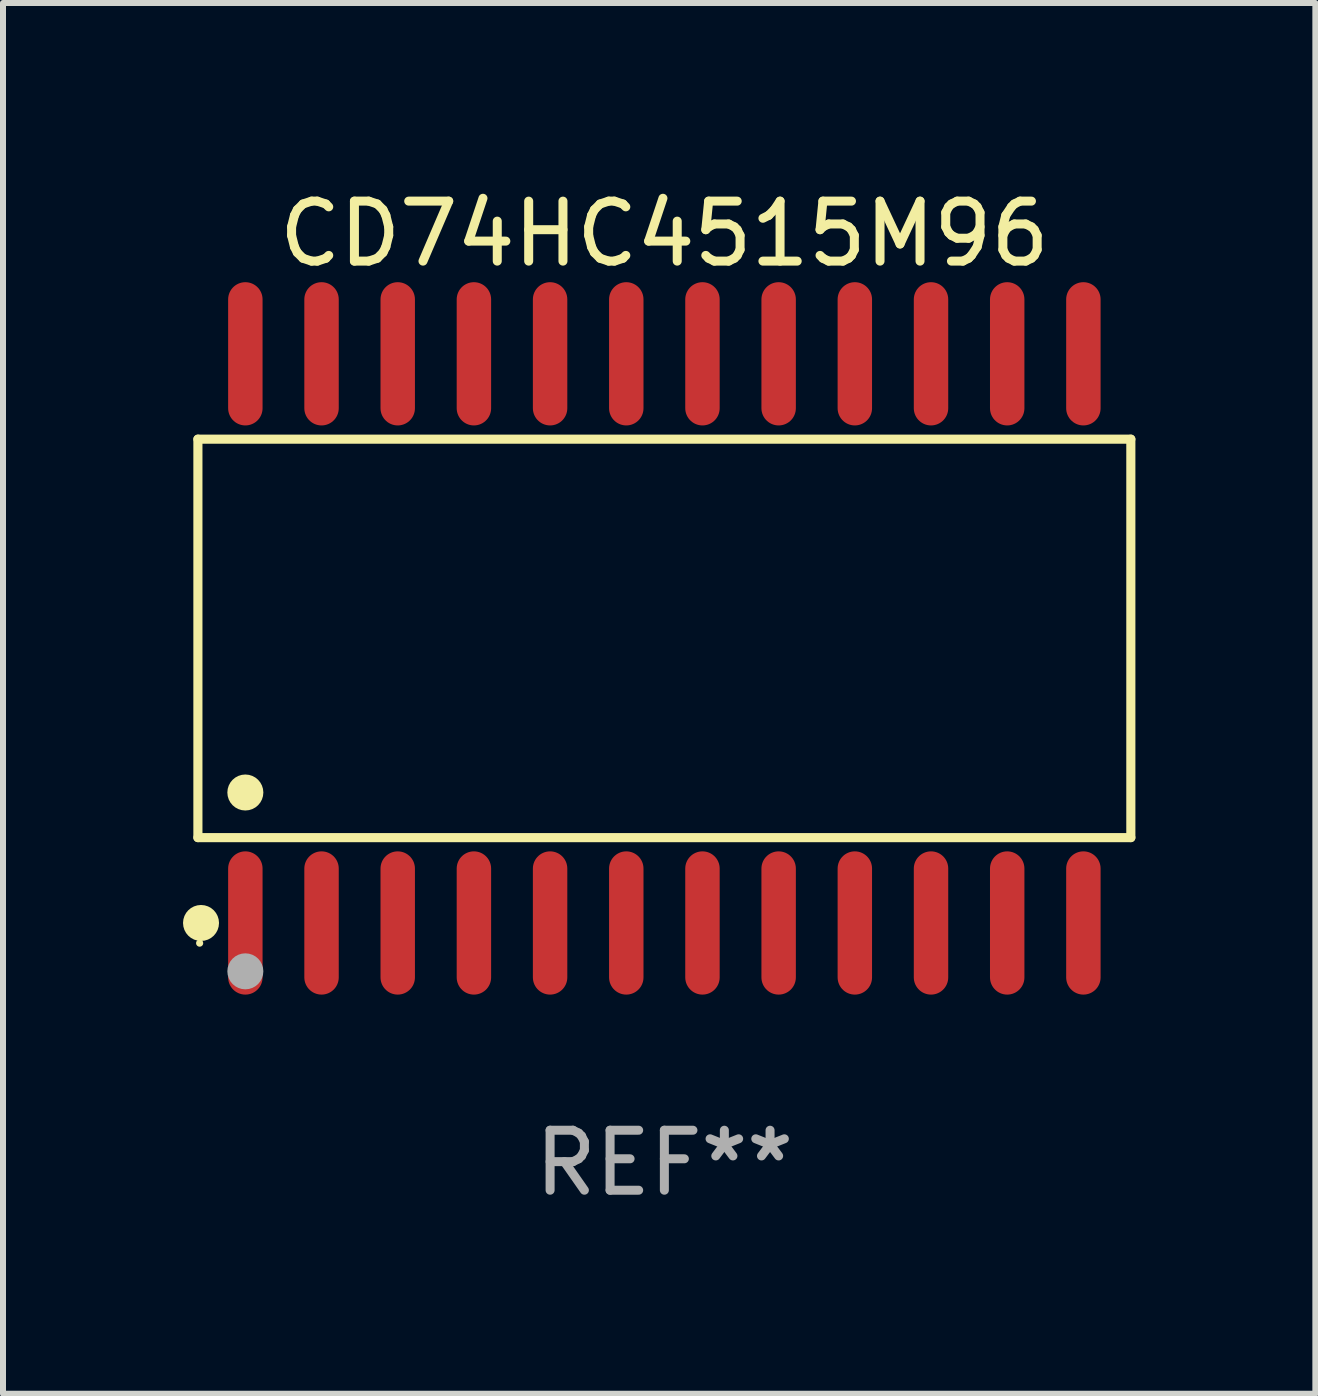
<source format=kicad_pcb>
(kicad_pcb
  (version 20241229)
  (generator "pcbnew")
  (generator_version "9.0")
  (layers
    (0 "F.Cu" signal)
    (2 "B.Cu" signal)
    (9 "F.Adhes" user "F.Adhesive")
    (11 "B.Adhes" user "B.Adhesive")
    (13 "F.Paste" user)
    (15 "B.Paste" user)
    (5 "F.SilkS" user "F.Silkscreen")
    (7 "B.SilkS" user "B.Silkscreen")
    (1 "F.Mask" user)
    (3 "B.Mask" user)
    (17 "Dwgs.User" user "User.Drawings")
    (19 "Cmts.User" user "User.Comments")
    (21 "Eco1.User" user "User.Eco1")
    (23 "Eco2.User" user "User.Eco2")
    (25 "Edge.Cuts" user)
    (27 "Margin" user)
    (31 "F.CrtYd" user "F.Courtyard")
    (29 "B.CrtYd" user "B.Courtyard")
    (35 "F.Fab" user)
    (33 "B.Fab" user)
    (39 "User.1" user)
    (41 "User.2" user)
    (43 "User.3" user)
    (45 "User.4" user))
  (footprint "CD74HC4515M96"
    (layer "F.Cu")
    (at 8.025 7.592)
    (property "Reference" "CD74HC4515M96" (at 0 -6.744 0) (layer "F.SilkS") (effects (font (size 1 1) (thickness 0.15))))
    (attr through_hole)
    (fp_line (start -7.776 -3.321) (end 7.776 -3.321) (stroke (width 0.152) (type solid)) (layer "F.SilkS"))
    (fp_line (start -7.776 3.321) (end -7.776 -3.321) (stroke (width 0.152) (type solid)) (layer "F.SilkS"))
    (fp_line (start 7.776 -3.321) (end 7.776 3.321) (stroke (width 0.152) (type solid)) (layer "F.SilkS"))
    (fp_line (start 7.776 3.321) (end -7.776 3.321) (stroke (width 0.152) (type solid)) (layer "F.SilkS"))
    (fp_circle (center -7.747 5.08) (end -7.717 5.08) (stroke (width 0.06) (type solid)) (fill no) (layer "F.SilkS"))
    (fp_circle (center -7.724 4.744) (end -7.574 4.744) (stroke (width 0.3) (type solid)) (fill no) (layer "F.SilkS"))
    (fp_circle (center -6.985 2.569) (end -6.835 2.569) (stroke (width 0.3) (type solid)) (fill no) (layer "F.SilkS"))
    (fp_circle (center -6.985 5.55) (end -6.835 5.55) (stroke (width 0.3) (type solid)) (fill no) (layer "F.Fab"))
    (fp_text user "REF**" (at 0 8.744 0) (layer "F.Fab") (effects (font (size 1 1) (thickness 0.15))))
    (pad "1" smd oval (at -6.985 4.744) (size 0.574 2.388) (layers "F.Cu" "F.Mask" "F.Paste"))
    (pad "2" smd oval (at -5.715 4.744) (size 0.574 2.388) (layers "F.Cu" "F.Mask" "F.Paste"))
    (pad "3" smd oval (at -4.445 4.744) (size 0.574 2.388) (layers "F.Cu" "F.Mask" "F.Paste"))
    (pad "4" smd oval (at -3.175 4.744) (size 0.574 2.388) (layers "F.Cu" "F.Mask" "F.Paste"))
    (pad "5" smd oval (at -1.905 4.744) (size 0.574 2.388) (layers "F.Cu" "F.Mask" "F.Paste"))
    (pad "6" smd oval (at -0.635 4.744) (size 0.574 2.388) (layers "F.Cu" "F.Mask" "F.Paste"))
    (pad "7" smd oval (at 0.635 4.744) (size 0.574 2.388) (layers "F.Cu" "F.Mask" "F.Paste"))
    (pad "8" smd oval (at 1.905 4.744) (size 0.574 2.388) (layers "F.Cu" "F.Mask" "F.Paste"))
    (pad "9" smd oval (at 3.175 4.744) (size 0.574 2.388) (layers "F.Cu" "F.Mask" "F.Paste"))
    (pad "10" smd oval (at 4.445 4.744) (size 0.574 2.388) (layers "F.Cu" "F.Mask" "F.Paste"))
    (pad "11" smd oval (at 5.715 4.744) (size 0.574 2.388) (layers "F.Cu" "F.Mask" "F.Paste"))
    (pad "12" smd oval (at 6.985 4.744) (size 0.574 2.388) (layers "F.Cu" "F.Mask" "F.Paste"))
    (pad "13" smd oval (at 6.985 -4.744) (size 0.574 2.388) (layers "F.Cu" "F.Mask" "F.Paste"))
    (pad "14" smd oval (at 5.715 -4.744) (size 0.574 2.388) (layers "F.Cu" "F.Mask" "F.Paste"))
    (pad "15" smd oval (at 4.445 -4.744) (size 0.574 2.388) (layers "F.Cu" "F.Mask" "F.Paste"))
    (pad "16" smd oval (at 3.175 -4.744) (size 0.574 2.388) (layers "F.Cu" "F.Mask" "F.Paste"))
    (pad "17" smd oval (at 1.905 -4.744) (size 0.574 2.388) (layers "F.Cu" "F.Mask" "F.Paste"))
    (pad "18" smd oval (at 0.635 -4.744) (size 0.574 2.388) (layers "F.Cu" "F.Mask" "F.Paste"))
    (pad "19" smd oval (at -0.635 -4.744) (size 0.574 2.388) (layers "F.Cu" "F.Mask" "F.Paste"))
    (pad "20" smd oval (at -1.905 -4.744) (size 0.574 2.388) (layers "F.Cu" "F.Mask" "F.Paste"))
    (pad "21" smd oval (at -3.175 -4.744) (size 0.574 2.388) (layers "F.Cu" "F.Mask" "F.Paste"))
    (pad "22" smd oval (at -4.445 -4.744) (size 0.574 2.388) (layers "F.Cu" "F.Mask" "F.Paste"))
    (pad "23" smd oval (at -5.715 -4.744) (size 0.574 2.388) (layers "F.Cu" "F.Mask" "F.Paste"))
    (pad "24" smd oval (at -6.985 -4.744) (size 0.574 2.388) (layers "F.Cu" "F.Mask" "F.Paste")))
  (gr_rect
    (start -3 -3)
    (end 18.877 20.184)
    (stroke (width 0.1) (type default))
    (fill no)
    (layer "Edge.Cuts")))
</source>
